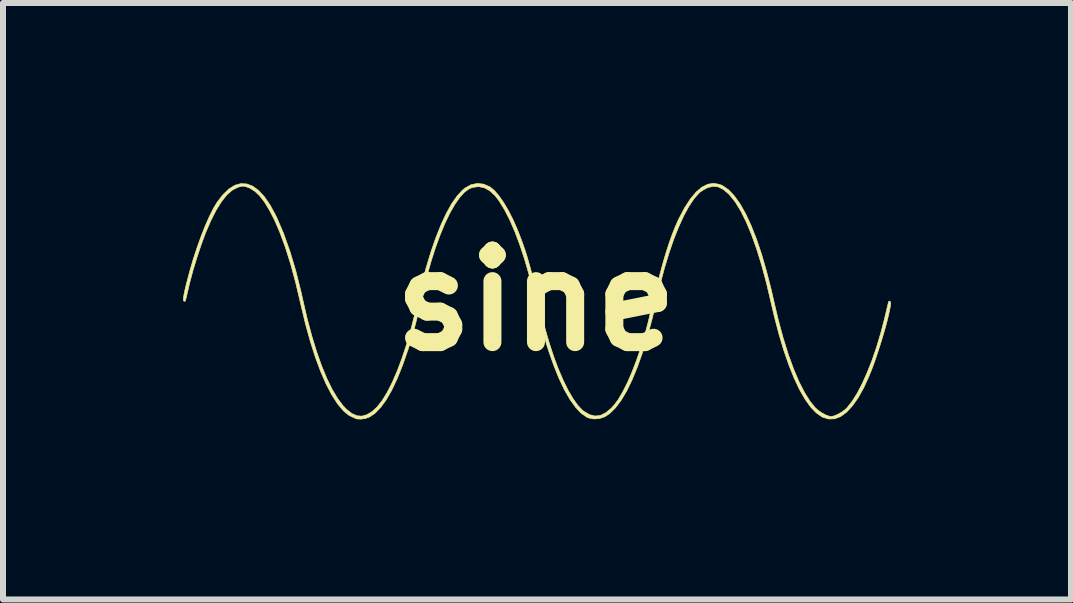
<source format=kicad_pcb>
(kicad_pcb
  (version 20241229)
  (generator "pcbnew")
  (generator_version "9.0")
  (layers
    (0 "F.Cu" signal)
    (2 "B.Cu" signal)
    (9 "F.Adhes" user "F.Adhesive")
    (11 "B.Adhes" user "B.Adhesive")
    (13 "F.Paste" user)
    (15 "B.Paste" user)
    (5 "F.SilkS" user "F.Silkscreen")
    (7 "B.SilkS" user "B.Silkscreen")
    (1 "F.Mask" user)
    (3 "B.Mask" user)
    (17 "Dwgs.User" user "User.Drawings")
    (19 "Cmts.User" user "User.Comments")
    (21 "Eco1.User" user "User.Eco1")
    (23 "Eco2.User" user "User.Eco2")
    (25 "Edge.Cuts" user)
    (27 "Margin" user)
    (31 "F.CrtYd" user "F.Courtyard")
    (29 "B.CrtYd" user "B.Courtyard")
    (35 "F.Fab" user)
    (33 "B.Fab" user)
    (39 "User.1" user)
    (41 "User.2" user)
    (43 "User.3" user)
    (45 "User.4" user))
  (footprint "sine"
    (layer "F.Cu")
    (at 5.882 1.962)
    (property "Reference" "sine" (at 0 0 0) (layer "F.SilkS") (effects (font (size 1.524 1.524) (thickness 0.3))))
    (attr through_hole)
    (fp_poly (pts (xy 3.063 -1.938) (xy 3.111 -1.917) (xy 3.209 -1.849) (xy 3.305 -1.748) (xy 3.4 -1.615) (xy 3.494 -1.45) (xy 3.585 -1.254) (xy 3.674 -1.029) (xy 3.76 -0.774) (xy 3.842 -0.49) (xy 3.922 -0.179) (xy 3.963 0.001) (xy 4.04 0.327) (xy 4.121 0.626) (xy 4.206 0.897) (xy 4.294 1.139) (xy 4.384 1.351) (xy 4.477 1.532) (xy 4.571 1.681) (xy 4.655 1.784) (xy 4.707 1.83) (xy 4.772 1.873) (xy 4.839 1.908) (xy 4.897 1.927) (xy 4.919 1.93) (xy 4.969 1.919) (xy 5.034 1.891) (xy 5.101 1.852) (xy 5.161 1.806) (xy 5.183 1.784) (xy 5.266 1.68) (xy 5.351 1.546) (xy 5.435 1.385) (xy 5.518 1.201) (xy 5.599 0.996) (xy 5.675 0.776) (xy 5.745 0.542) (xy 5.809 0.298) (xy 5.833 0.197) (xy 5.85 0.123) (xy 5.865 0.062) (xy 5.875 0.021) (xy 5.88 0.007) (xy 5.897 0.01) (xy 5.905 0.014) (xy 5.911 0.036) (xy 5.907 0.087) (xy 5.893 0.161) (xy 5.872 0.254) (xy 5.845 0.364) (xy 5.811 0.486) (xy 5.773 0.615) (xy 5.732 0.748) (xy 5.689 0.88) (xy 5.646 1.008) (xy 5.602 1.128) (xy 5.559 1.235) (xy 5.551 1.255) (xy 5.46 1.454) (xy 5.366 1.621) (xy 5.27 1.756) (xy 5.174 1.859) (xy 5.076 1.93) (xy 4.978 1.967) (xy 4.879 1.971) (xy 4.781 1.942) (xy 4.766 1.935) (xy 4.672 1.869) (xy 4.577 1.771) (xy 4.484 1.64) (xy 4.392 1.48) (xy 4.302 1.29) (xy 4.215 1.072) (xy 4.13 0.827) (xy 4.049 0.557) (xy 3.972 0.262) (xy 3.919 0.037) (xy 3.843 -0.288) (xy 3.763 -0.585) (xy 3.68 -0.856) (xy 3.594 -1.097) (xy 3.506 -1.31) (xy 3.416 -1.491) (xy 3.324 -1.642) (xy 3.231 -1.759) (xy 3.207 -1.784) (xy 3.12 -1.857) (xy 3.036 -1.898) (xy 2.952 -1.907) (xy 2.864 -1.886) (xy 2.851 -1.88) (xy 2.792 -1.849) (xy 2.738 -1.813) (xy 2.72 -1.798) (xy 2.635 -1.702) (xy 2.549 -1.574) (xy 2.463 -1.417) (xy 2.379 -1.233) (xy 2.296 -1.025) (xy 2.217 -0.794) (xy 2.141 -0.544) (xy 2.07 -0.276) (xy 2.016 -0.04) (xy 1.94 0.286) (xy 1.86 0.586) (xy 1.777 0.858) (xy 1.69 1.104) (xy 1.601 1.32) (xy 1.51 1.507) (xy 1.416 1.664) (xy 1.321 1.789) (xy 1.225 1.882) (xy 1.149 1.932) (xy 1.06 1.963) (xy 0.966 1.97) (xy 0.877 1.953) (xy 0.847 1.94) (xy 0.753 1.874) (xy 0.66 1.775) (xy 0.566 1.644) (xy 0.473 1.482) (xy 0.382 1.29) (xy 0.293 1.068) (xy 0.213 0.841) (xy 0.185 0.754) (xy 0.159 0.671) (xy 0.135 0.588) (xy 0.11 0.499) (xy 0.085 0.401) (xy 0.057 0.287) (xy 0.025 0.155) (xy -0.012 -0.001) (xy -0.052 -0.178) (xy -0.118 -0.443) (xy -0.191 -0.695) (xy -0.269 -0.931) (xy -0.351 -1.149) (xy -0.436 -1.345) (xy -0.523 -1.515) (xy -0.61 -1.658) (xy -0.681 -1.751) (xy -0.768 -1.832) (xy -0.861 -1.883) (xy -0.958 -1.902) (xy -1.056 -1.889) (xy -1.113 -1.866) (xy -1.191 -1.81) (xy -1.271 -1.722) (xy -1.353 -1.605) (xy -1.435 -1.461) (xy -1.517 -1.291) (xy -1.597 -1.098) (xy -1.675 -0.885) (xy -1.749 -0.653) (xy -1.819 -0.404) (xy -1.884 -0.14) (xy -1.887 -0.127) (xy -1.925 0.042) (xy -1.958 0.183) (xy -1.986 0.301) (xy -2.012 0.403) (xy -2.036 0.494) (xy -2.06 0.579) (xy -2.085 0.664) (xy -2.113 0.754) (xy -2.129 0.804) (xy -2.22 1.066) (xy -2.311 1.294) (xy -2.403 1.489) (xy -2.496 1.651) (xy -2.59 1.78) (xy -2.685 1.877) (xy -2.776 1.938) (xy -2.843 1.962) (xy -2.918 1.973) (xy -2.985 1.969) (xy -2.997 1.966) (xy -3.115 1.911) (xy -3.21 1.833) (xy -3.308 1.716) (xy -3.404 1.566) (xy -3.498 1.386) (xy -3.59 1.175) (xy -3.678 0.937) (xy -3.762 0.673) (xy -3.842 0.383) (xy -3.917 0.07) (xy -3.92 0.057) (xy -4.003 -0.295) (xy -4.089 -0.613) (xy -4.179 -0.898) (xy -4.272 -1.149) (xy -4.359 -1.349) (xy -4.443 -1.512) (xy -4.524 -1.645) (xy -4.604 -1.748) (xy -4.684 -1.824) (xy -4.766 -1.876) (xy -4.798 -1.889) (xy -4.847 -1.905) (xy -4.884 -1.91) (xy -4.925 -1.904) (xy -4.97 -1.89) (xy -5.059 -1.845) (xy -5.149 -1.767) (xy -5.239 -1.655) (xy -5.329 -1.511) (xy -5.419 -1.334) (xy -5.509 -1.126) (xy -5.509 -1.125) (xy -5.579 -0.935) (xy -5.649 -0.725) (xy -5.715 -0.508) (xy -5.771 -0.299) (xy -5.797 -0.189) (xy -5.814 -0.113) (xy -5.829 -0.05) (xy -5.841 -0.007) (xy -5.846 0.009) (xy -5.863 0.007) (xy -5.872 0.003) (xy -5.877 -0.012) (xy -5.875 -0.046) (xy -5.866 -0.104) (xy -5.848 -0.188) (xy -5.825 -0.285) (xy -5.772 -0.486) (xy -5.713 -0.688) (xy -5.648 -0.886) (xy -5.58 -1.075) (xy -5.511 -1.25) (xy -5.442 -1.406) (xy -5.376 -1.538) (xy -5.317 -1.637) (xy -5.218 -1.766) (xy -5.118 -1.862) (xy -5.019 -1.924) (xy -4.919 -1.952) (xy -4.819 -1.947) (xy -4.72 -1.909) (xy -4.622 -1.837) (xy -4.525 -1.732) (xy -4.43 -1.593) (xy -4.337 -1.422) (xy -4.318 -1.383) (xy -4.206 -1.121) (xy -4.101 -0.826) (xy -4.003 -0.499) (xy -3.913 -0.139) (xy -3.878 0.018) (xy -3.809 0.315) (xy -3.734 0.593) (xy -3.655 0.85) (xy -3.573 1.083) (xy -3.487 1.291) (xy -3.399 1.472) (xy -3.309 1.624) (xy -3.219 1.745) (xy -3.157 1.81) (xy -3.067 1.88) (xy -2.982 1.917) (xy -2.899 1.923) (xy -2.813 1.897) (xy -2.729 1.846) (xy -2.647 1.77) (xy -2.563 1.663) (xy -2.479 1.527) (xy -2.396 1.363) (xy -2.314 1.174) (xy -2.234 0.962) (xy -2.157 0.729) (xy -2.084 0.477) (xy -2.016 0.209) (xy -1.982 0.056) (xy -1.91 -0.253) (xy -1.833 -0.542) (xy -1.753 -0.807) (xy -1.669 -1.049) (xy -1.583 -1.265) (xy -1.495 -1.454) (xy -1.406 -1.614) (xy -1.316 -1.743) (xy -1.226 -1.842) (xy -1.183 -1.877) (xy -1.083 -1.933) (xy -0.979 -1.955) (xy -0.874 -1.944) (xy -0.771 -1.9) (xy -0.767 -1.898) (xy -0.696 -1.84) (xy -0.62 -1.753) (xy -0.541 -1.64) (xy -0.461 -1.506) (xy -0.383 -1.352) (xy -0.309 -1.184) (xy -0.281 -1.114) (xy -0.244 -1.017) (xy -0.211 -0.926) (xy -0.18 -0.836) (xy -0.15 -0.742) (xy -0.121 -0.642) (xy -0.09 -0.531) (xy -0.058 -0.405) (xy -0.022 -0.26) (xy 0.019 -0.092) (xy 0.064 0.102) (xy 0.094 0.229) (xy 0.155 0.475) (xy 0.223 0.71) (xy 0.296 0.932) (xy 0.373 1.138) (xy 0.453 1.324) (xy 0.534 1.489) (xy 0.616 1.629) (xy 0.696 1.742) (xy 0.775 1.825) (xy 0.801 1.845) (xy 0.894 1.899) (xy 0.985 1.921) (xy 1.075 1.911) (xy 1.164 1.867) (xy 1.256 1.79) (xy 1.298 1.744) (xy 1.371 1.647) (xy 1.446 1.519) (xy 1.523 1.367) (xy 1.599 1.192) (xy 1.673 1) (xy 1.744 0.795) (xy 1.81 0.58) (xy 1.869 0.359) (xy 1.888 0.279) (xy 1.953 0.006) (xy 2.012 -0.236) (xy 2.068 -0.451) (xy 2.12 -0.642) (xy 2.17 -0.811) (xy 2.219 -0.962) (xy 2.267 -1.096) (xy 2.315 -1.218) (xy 2.364 -1.33) (xy 2.379 -1.362) (xy 2.475 -1.545) (xy 2.572 -1.695) (xy 2.669 -1.811) (xy 2.766 -1.893) (xy 2.865 -1.942) (xy 2.963 -1.957) (xy 3.063 -1.938)) (stroke (width 0.01) (type solid)) (fill yes) (layer "F.SilkS")))
  (gr_rect
    (start -3 -3)
    (end 14.798 6.94)
    (stroke (width 0.1) (type default))
    (fill no)
    (layer "Edge.Cuts")))
</source>
